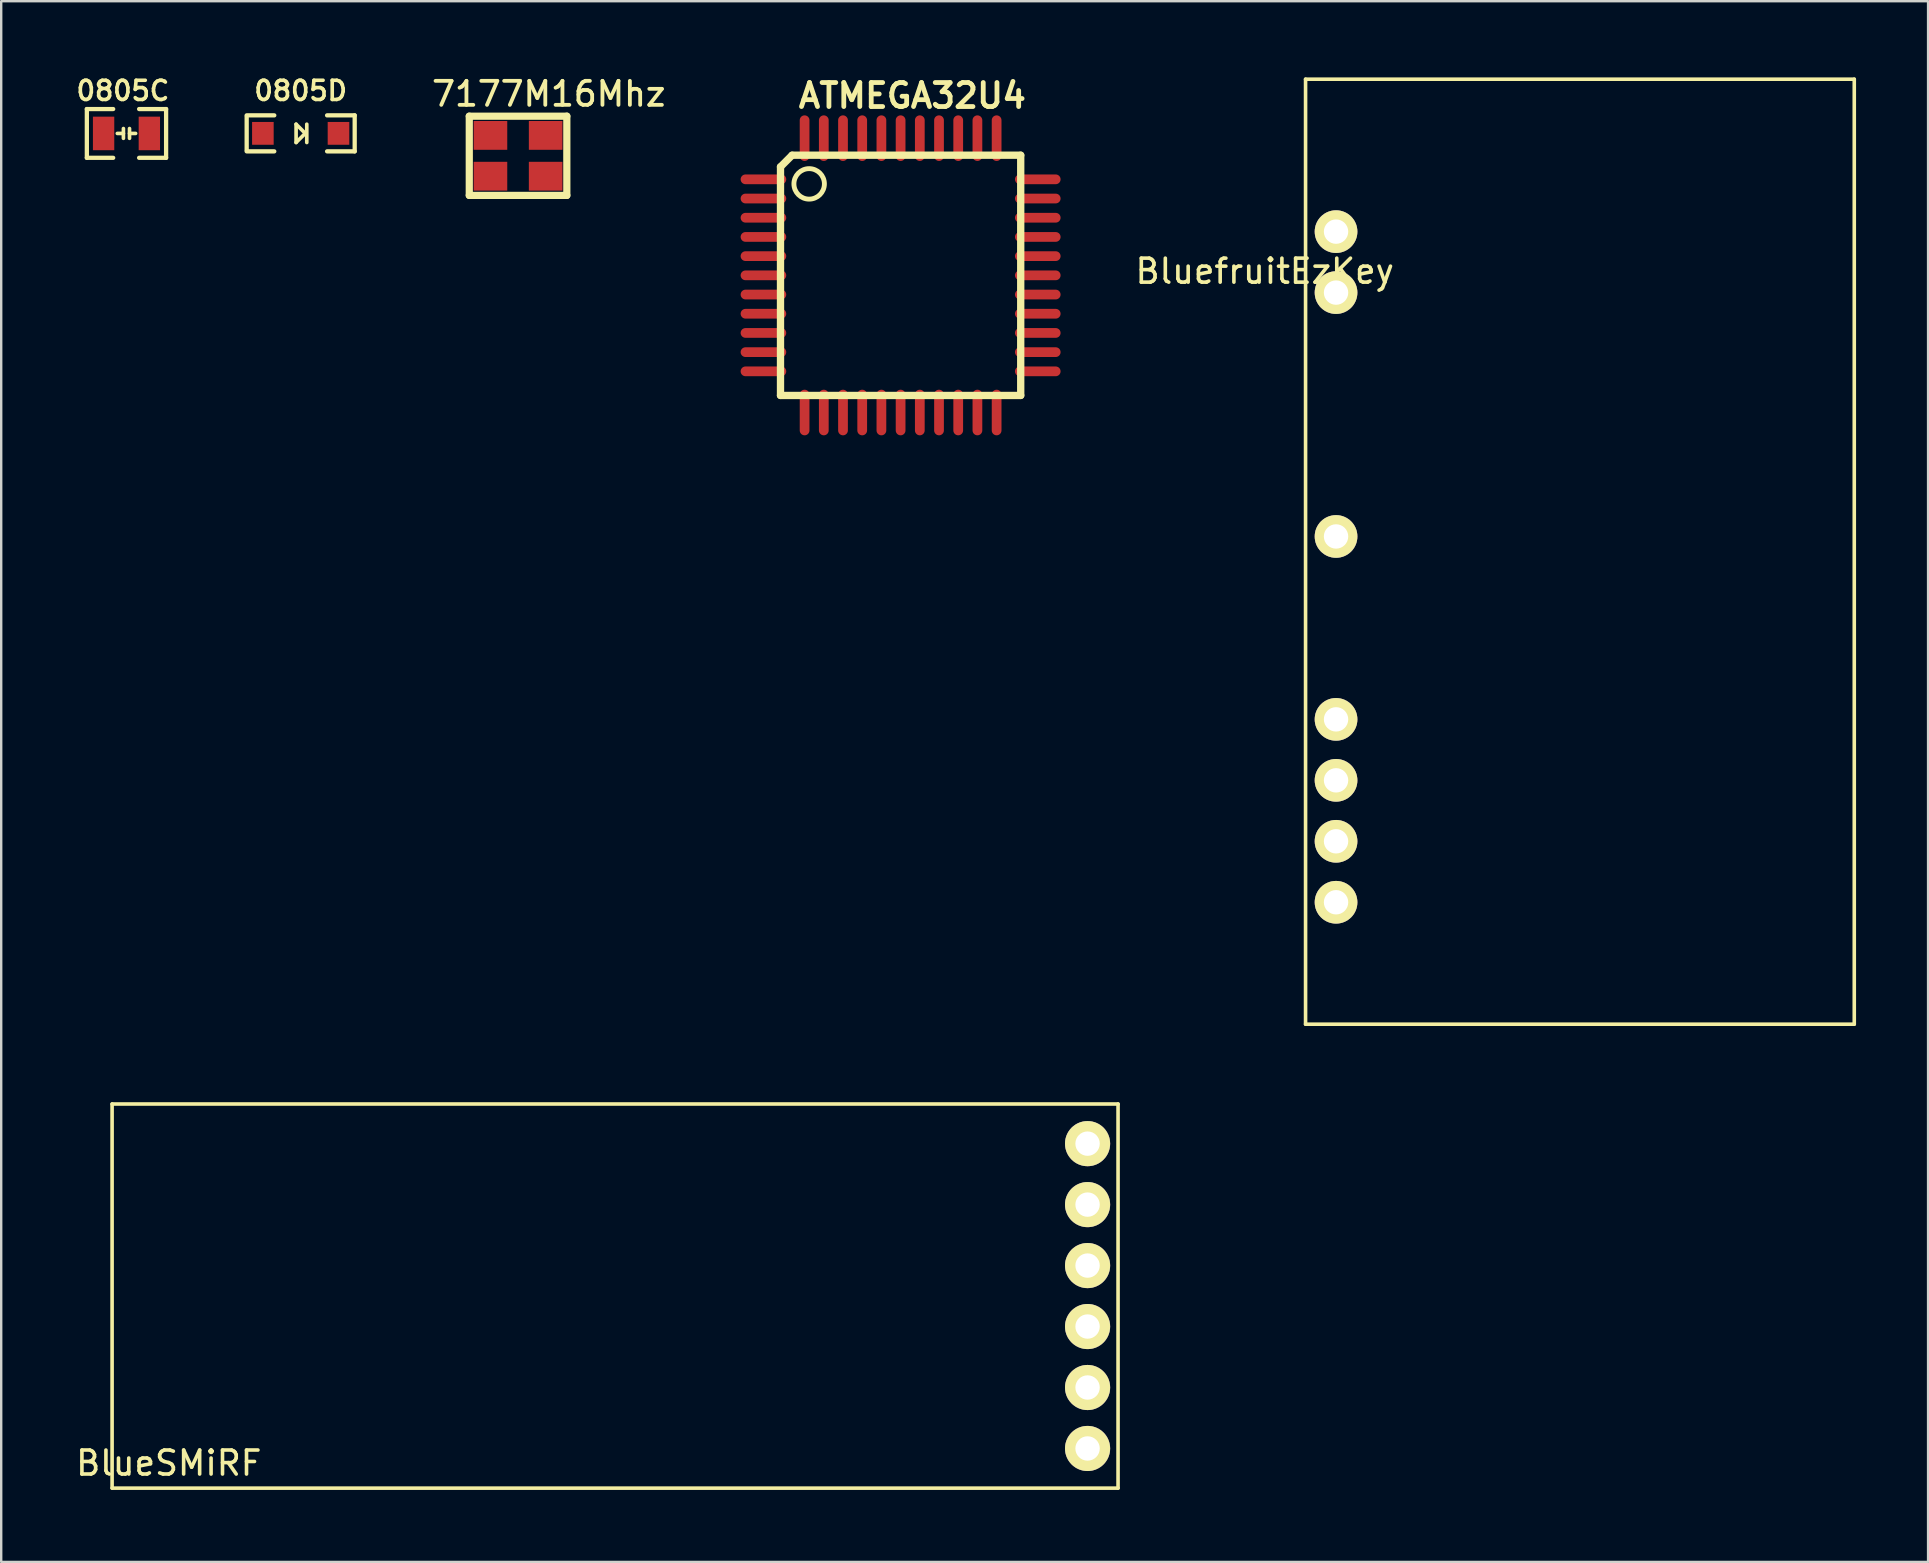
<source format=kicad_pcb>
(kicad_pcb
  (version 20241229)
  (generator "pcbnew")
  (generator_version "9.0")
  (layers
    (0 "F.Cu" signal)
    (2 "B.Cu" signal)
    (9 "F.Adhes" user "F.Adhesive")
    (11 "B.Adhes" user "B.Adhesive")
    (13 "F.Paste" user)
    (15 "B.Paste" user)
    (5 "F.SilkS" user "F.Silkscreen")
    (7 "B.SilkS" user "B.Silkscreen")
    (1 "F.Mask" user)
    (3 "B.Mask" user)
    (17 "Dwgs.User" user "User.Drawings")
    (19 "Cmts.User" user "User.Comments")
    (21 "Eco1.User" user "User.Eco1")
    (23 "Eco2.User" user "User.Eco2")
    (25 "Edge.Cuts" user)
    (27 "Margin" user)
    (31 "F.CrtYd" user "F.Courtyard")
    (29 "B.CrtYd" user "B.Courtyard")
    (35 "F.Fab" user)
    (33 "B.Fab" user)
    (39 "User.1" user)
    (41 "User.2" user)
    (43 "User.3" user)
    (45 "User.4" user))
  (footprint "0805D"
    (layer "F.Cu")
    (at 9.477 2.506)
    (property "Reference" "0805D" (at 0 -1.775 0) (layer "F.SilkS") (effects (font (size 0.8 0.8) (thickness 0.15))))
    (attr smd)
    (fp_line (start -2.25 -0.75) (end -1.1 -0.75) (stroke (width 0.178) (type solid)) (layer "F.SilkS"))
    (fp_line (start -2.25 -0.7) (end -2.25 0.7) (stroke (width 0.178) (type solid)) (layer "F.SilkS"))
    (fp_line (start -2.25 0.75) (end -1.1 0.75) (stroke (width 0.178) (type solid)) (layer "F.SilkS"))
    (fp_line (start -0.191 -0.381) (end -0.191 0.381) (stroke (width 0.152) (type solid)) (layer "F.SilkS"))
    (fp_line (start -0.191 0.381) (end 0.191 0) (stroke (width 0.152) (type solid)) (layer "F.SilkS"))
    (fp_line (start 0.191 0) (end -0.191 -0.381) (stroke (width 0.152) (type solid)) (layer "F.SilkS"))
    (fp_line (start 0.254 -0.381) (end 0.254 0.381) (stroke (width 0.152) (type solid)) (layer "F.SilkS"))
    (fp_line (start 2.25 -0.75) (end 1.1 -0.75) (stroke (width 0.178) (type solid)) (layer "F.SilkS"))
    (fp_line (start 2.25 -0.75) (end 2.25 0.75) (stroke (width 0.178) (type solid)) (layer "F.SilkS"))
    (fp_line (start 2.25 0.75) (end 1.1 0.75) (stroke (width 0.178) (type solid)) (layer "F.SilkS"))
    (pad "1" smd rect (at -1.575 0) (size 0.9 0.95) (layers "F.Cu" "F.Mask" "F.Paste"))
    (pad "2" smd rect (at 1.575 0) (size 0.9 0.95) (layers "F.Cu" "F.Mask" "F.Paste")))
  (footprint "BluefruitEzKey"
    (layer "F.Cu")
    (at 51.342 0.25)
    (property "Reference" "BluefruitEzKey" (at -1.7 8 0) (layer "F.SilkS") (effects (font (size 1 1) (thickness 0.15))))
    (attr through_hole)
    (fp_line (start 0 0) (end 0 39.37) (stroke (width 0.15) (type solid)) (layer "F.SilkS"))
    (fp_line (start 0 0) (end 22.86 0) (stroke (width 0.15) (type solid)) (layer "F.SilkS"))
    (fp_line (start 0 39.37) (end 22.86 39.37) (stroke (width 0.15) (type solid)) (layer "F.SilkS"))
    (fp_line (start 22.86 0) (end 22.86 39.37) (stroke (width 0.15) (type solid)) (layer "F.SilkS"))
    (pad "1" thru_hole circle (at 1.27 6.35) (size 1.778 1.778) (drill 1.016) (layers "*.Cu" "*.Mask" "F.SilkS"))
    (pad "2" thru_hole circle (at 1.27 8.89) (size 1.778 1.778) (drill 1.016) (layers "*.Cu" "*.Mask" "F.SilkS"))
    (pad "6" thru_hole circle (at 1.27 19.05) (size 1.778 1.778) (drill 1.016) (layers "*.Cu" "*.Mask" "F.SilkS"))
    (pad "9" thru_hole circle (at 1.27 26.67) (size 1.778 1.778) (drill 1.016) (layers "*.Cu" "*.Mask" "F.SilkS"))
    (pad "10" thru_hole circle (at 1.27 29.21) (size 1.778 1.778) (drill 1.016) (layers "*.Cu" "*.Mask" "F.SilkS"))
    (pad "11" thru_hole circle (at 1.27 31.75) (size 1.778 1.778) (drill 1.016) (layers "*.Cu" "*.Mask" "F.SilkS"))
    (pad "12" thru_hole circle (at 1.27 34.29) (size 1.778 1.778) (drill 1.016) (layers "*.Cu" "*.Mask" "F.SilkS")))
  (footprint "BlueSMiRF"
    (layer "F.Cu")
    (at 43.53 42.945)
    (property "Reference" "BlueSMiRF" (at -39.548 14.961 0) (layer "F.SilkS") (effects (font (size 1 1) (thickness 0.15))))
    (attr through_hole)
    (fp_line (start -41.91 0) (end -41.91 16.002) (stroke (width 0.15) (type solid)) (layer "F.SilkS"))
    (fp_line (start 0 0) (end -41.91 0) (stroke (width 0.15) (type solid)) (layer "F.SilkS"))
    (fp_line (start 0 0) (end 0 16.002) (stroke (width 0.15) (type solid)) (layer "F.SilkS"))
    (fp_line (start 0 16.002) (end -41.91 16.002) (stroke (width 0.15) (type solid)) (layer "F.SilkS"))
    (pad "1" thru_hole circle (at -1.27 1.651) (size 1.88 1.88) (drill 1.016) (layers "*.Cu" "*.Mask" "F.SilkS"))
    (pad "2" thru_hole circle (at -1.27 4.191) (size 1.88 1.88) (drill 1.016) (layers "*.Cu" "*.Mask" "F.SilkS"))
    (pad "3" thru_hole circle (at -1.27 6.731) (size 1.88 1.88) (drill 1.016) (layers "*.Cu" "*.Mask" "F.SilkS"))
    (pad "4" thru_hole circle (at -1.27 9.271) (size 1.88 1.88) (drill 1.016) (layers "*.Cu" "*.Mask" "F.SilkS"))
    (pad "5" thru_hole circle (at -1.27 11.811) (size 1.88 1.88) (drill 1.016) (layers "*.Cu" "*.Mask" "F.SilkS"))
    (pad "6" thru_hole circle (at -1.27 14.351) (size 1.88 1.88) (drill 1.016) (layers "*.Cu" "*.Mask" "F.SilkS")))
  (footprint "7177M16Mhz"
    (layer "F.Cu")
    (at 18.533 3.441)
    (property "Reference" "7177M16Mhz" (at 1.278 -2.577 0) (layer "F.SilkS") (effects (font (size 1 1) (thickness 0.159))))
    (attr smd)
    (fp_line (start -2.032 -1.651) (end 2.032 -1.651) (stroke (width 0.3) (type solid)) (layer "F.SilkS"))
    (fp_line (start -2.032 1.651) (end -2.032 -1.651) (stroke (width 0.3) (type solid)) (layer "F.SilkS"))
    (fp_line (start 2.032 -1.651) (end 2.032 1.651) (stroke (width 0.3) (type solid)) (layer "F.SilkS"))
    (fp_line (start 2.032 1.651) (end -2.032 1.651) (stroke (width 0.3) (type solid)) (layer "F.SilkS"))
    (pad "1" smd rect (at -1.15 0.85) (size 1.4 1.2) (layers "F.Cu" "F.Mask" "F.Paste"))
    (pad "2" smd rect (at 1.15 0.85) (size 1.4 1.2) (layers "F.Cu" "F.Mask" "F.Paste"))
    (pad "3" smd rect (at 1.15 -0.85) (size 1.4 1.2) (layers "F.Cu" "F.Mask" "F.Paste"))
    (pad "4" smd rect (at -1.15 -0.85) (size 1.4 1.2) (layers "F.Cu" "F.Mask" "F.Paste")))
  (footprint "ATMEGA32U4"
    (layer "F.Cu")
    (at 34.471 8.421)
    (property "Reference" "ATMEGA32U4" (at 0.49 -7.485 0) (layer "F.SilkS") (effects (font (size 1 1) (thickness 0.2))))
    (attr smd)
    (fp_line (start -5.004 -4.521) (end -5.004 5.004) (stroke (width 0.305) (type solid)) (layer "F.SilkS"))
    (fp_line (start -5.004 -4.521) (end -4.521 -5.004) (stroke (width 0.305) (type solid)) (layer "F.SilkS"))
    (fp_line (start -4.521 -5.004) (end 5.004 -5.004) (stroke (width 0.305) (type solid)) (layer "F.SilkS"))
    (fp_line (start 5.004 -5.004) (end 5.004 5.004) (stroke (width 0.305) (type solid)) (layer "F.SilkS"))
    (fp_line (start 5.004 5.004) (end -5.004 5.004) (stroke (width 0.305) (type solid)) (layer "F.SilkS"))
    (fp_circle (center -3.81 -3.81) (end -3.81 -3.175) (stroke (width 0.203) (type solid)) (fill no) (layer "F.SilkS"))
    (pad "1" smd oval (at -5.715 -4) (size 1.9 0.406) (layers "F.Cu" "F.Mask" "F.Paste"))
    (pad "2" smd oval (at -5.715 -3.2) (size 1.9 0.406) (layers "F.Cu" "F.Mask" "F.Paste"))
    (pad "3" smd oval (at -5.715 -2.4) (size 1.9 0.406) (layers "F.Cu" "F.Mask" "F.Paste"))
    (pad "4" smd oval (at -5.715 -1.6) (size 1.9 0.406) (layers "F.Cu" "F.Mask" "F.Paste"))
    (pad "5" smd oval (at -5.715 -0.8) (size 1.9 0.406) (layers "F.Cu" "F.Mask" "F.Paste"))
    (pad "6" smd oval (at -5.715 0) (size 1.9 0.406) (layers "F.Cu" "F.Mask" "F.Paste"))
    (pad "7" smd oval (at -5.715 0.8) (size 1.9 0.406) (layers "F.Cu" "F.Mask" "F.Paste"))
    (pad "8" smd oval (at -5.715 1.6) (size 1.9 0.406) (layers "F.Cu" "F.Mask" "F.Paste"))
    (pad "9" smd oval (at -5.715 2.4) (size 1.9 0.406) (layers "F.Cu" "F.Mask" "F.Paste"))
    (pad "10" smd oval (at -5.715 3.2) (size 1.9 0.406) (layers "F.Cu" "F.Mask" "F.Paste"))
    (pad "11" smd oval (at -5.715 4) (size 1.9 0.406) (layers "F.Cu" "F.Mask" "F.Paste"))
    (pad "12" smd oval (at -4 5.715) (size 0.406 1.9) (layers "F.Cu" "F.Mask" "F.Paste"))
    (pad "13" smd oval (at -3.2 5.715) (size 0.406 1.9) (layers "F.Cu" "F.Mask" "F.Paste"))
    (pad "14" smd oval (at -2.4 5.715) (size 0.406 1.9) (layers "F.Cu" "F.Mask" "F.Paste"))
    (pad "15" smd oval (at -1.6 5.715) (size 0.406 1.9) (layers "F.Cu" "F.Mask" "F.Paste"))
    (pad "16" smd oval (at -0.8 5.715) (size 0.406 1.9) (layers "F.Cu" "F.Mask" "F.Paste"))
    (pad "17" smd oval (at 0 5.715) (size 0.406 1.9) (layers "F.Cu" "F.Mask" "F.Paste"))
    (pad "18" smd oval (at 0.8 5.715) (size 0.406 1.9) (layers "F.Cu" "F.Mask" "F.Paste"))
    (pad "19" smd oval (at 1.6 5.715) (size 0.406 1.9) (layers "F.Cu" "F.Mask" "F.Paste"))
    (pad "20" smd oval (at 2.4 5.715) (size 0.406 1.9) (layers "F.Cu" "F.Mask" "F.Paste"))
    (pad "21" smd oval (at 3.2 5.715) (size 0.406 1.9) (layers "F.Cu" "F.Mask" "F.Paste"))
    (pad "22" smd oval (at 4 5.715) (size 0.406 1.9) (layers "F.Cu" "F.Mask" "F.Paste"))
    (pad "23" smd oval (at 5.715 4) (size 1.9 0.406) (layers "F.Cu" "F.Mask" "F.Paste"))
    (pad "24" smd oval (at 5.715 3.2) (size 1.9 0.406) (layers "F.Cu" "F.Mask" "F.Paste"))
    (pad "25" smd oval (at 5.715 2.4) (size 1.9 0.406) (layers "F.Cu" "F.Mask" "F.Paste"))
    (pad "26" smd oval (at 5.715 1.6) (size 1.9 0.406) (layers "F.Cu" "F.Mask" "F.Paste"))
    (pad "27" smd oval (at 5.715 0.8) (size 1.9 0.406) (layers "F.Cu" "F.Mask" "F.Paste"))
    (pad "28" smd oval (at 5.715 0) (size 1.9 0.406) (layers "F.Cu" "F.Mask" "F.Paste"))
    (pad "29" smd oval (at 5.715 -0.8) (size 1.9 0.406) (layers "F.Cu" "F.Mask" "F.Paste"))
    (pad "30" smd oval (at 5.715 -1.6) (size 1.9 0.406) (layers "F.Cu" "F.Mask" "F.Paste"))
    (pad "31" smd oval (at 5.715 -2.4) (size 1.9 0.406) (layers "F.Cu" "F.Mask" "F.Paste"))
    (pad "32" smd oval (at 5.715 -3.2) (size 1.9 0.406) (layers "F.Cu" "F.Mask" "F.Paste"))
    (pad "33" smd oval (at 5.715 -4) (size 1.9 0.406) (layers "F.Cu" "F.Mask" "F.Paste"))
    (pad "34" smd oval (at 4 -5.715) (size 0.406 1.9) (layers "F.Cu" "F.Mask" "F.Paste"))
    (pad "35" smd oval (at 3.2 -5.715) (size 0.406 1.9) (layers "F.Cu" "F.Mask" "F.Paste"))
    (pad "36" smd oval (at 2.4 -5.715) (size 0.406 1.9) (layers "F.Cu" "F.Mask" "F.Paste"))
    (pad "37" smd oval (at 1.6 -5.715) (size 0.406 1.9) (layers "F.Cu" "F.Mask" "F.Paste"))
    (pad "38" smd oval (at 0.8 -5.715) (size 0.406 1.9) (layers "F.Cu" "F.Mask" "F.Paste"))
    (pad "39" smd oval (at 0 -5.715) (size 0.406 1.9) (layers "F.Cu" "F.Mask" "F.Paste"))
    (pad "40" smd oval (at -0.8 -5.715) (size 0.406 1.9) (layers "F.Cu" "F.Mask" "F.Paste"))
    (pad "41" smd oval (at -1.6 -5.715) (size 0.406 1.9) (layers "F.Cu" "F.Mask" "F.Paste"))
    (pad "42" smd oval (at -2.4 -5.715) (size 0.406 1.9) (layers "F.Cu" "F.Mask" "F.Paste"))
    (pad "43" smd oval (at -3.2 -5.715) (size 0.406 1.9) (layers "F.Cu" "F.Mask" "F.Paste"))
    (pad "44" smd oval (at -4 -5.715) (size 0.406 1.9) (layers "F.Cu" "F.Mask" "F.Paste")))
  (footprint "0805C"
    (layer "F.Cu")
    (at 2.219 2.509)
    (property "Reference" "0805C" (at -0.15 -1.778 180) (layer "F.SilkS") (effects (font (size 0.8 0.8) (thickness 0.15))))
    (attr smd)
    (fp_line (start -1.651 -1.016) (end -1.651 1.016) (stroke (width 0.178) (type solid)) (layer "F.SilkS"))
    (fp_line (start -1.651 1.016) (end -0.554 1.016) (stroke (width 0.178) (type solid)) (layer "F.SilkS"))
    (fp_line (start -0.554 -1.016) (end -1.651 -1.016) (stroke (width 0.178) (type solid)) (layer "F.SilkS"))
    (fp_line (start -0.127 -0.203) (end -0.127 0.203) (stroke (width 0.152) (type solid)) (layer "F.SilkS"))
    (fp_line (start -0.127 0) (end -0.381 0) (stroke (width 0.152) (type solid)) (layer "F.SilkS"))
    (fp_line (start 0.127 -0.203) (end 0.127 0.203) (stroke (width 0.152) (type solid)) (layer "F.SilkS"))
    (fp_line (start 0.381 0) (end 0.127 0) (stroke (width 0.152) (type solid)) (layer "F.SilkS"))
    (fp_line (start 0.527 -1.016) (end 1.651 -1.016) (stroke (width 0.178) (type solid)) (layer "F.SilkS"))
    (fp_line (start 1.651 -1.016) (end 1.651 1.016) (stroke (width 0.178) (type solid)) (layer "F.SilkS"))
    (fp_line (start 1.651 1.016) (end 0.527 1.016) (stroke (width 0.178) (type solid)) (layer "F.SilkS"))
    (pad "1" smd rect (at -0.953 0) (size 0.889 1.397) (layers "F.Cu" "F.Mask" "F.Paste"))
    (pad "2" smd rect (at 0.953 0) (size 0.889 1.397) (layers "F.Cu" "F.Mask" "F.Paste")))
  (gr_rect
    (start -3 -3)
    (end 77.277 62.022)
    (stroke (width 0.1) (type default))
    (fill no)
    (layer "Edge.Cuts")))
</source>
